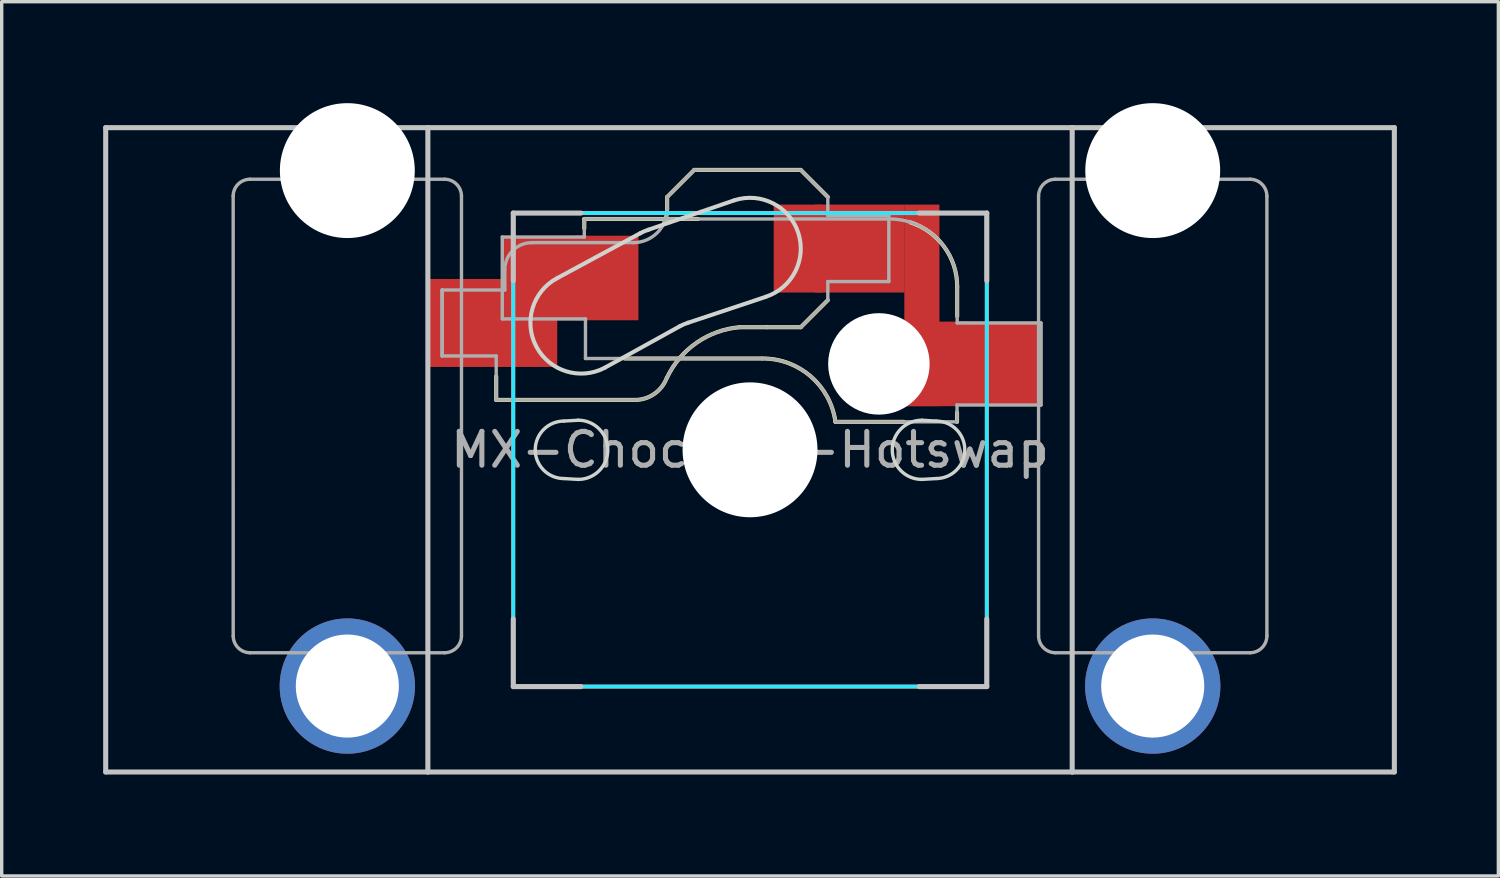
<source format=kicad_pcb>
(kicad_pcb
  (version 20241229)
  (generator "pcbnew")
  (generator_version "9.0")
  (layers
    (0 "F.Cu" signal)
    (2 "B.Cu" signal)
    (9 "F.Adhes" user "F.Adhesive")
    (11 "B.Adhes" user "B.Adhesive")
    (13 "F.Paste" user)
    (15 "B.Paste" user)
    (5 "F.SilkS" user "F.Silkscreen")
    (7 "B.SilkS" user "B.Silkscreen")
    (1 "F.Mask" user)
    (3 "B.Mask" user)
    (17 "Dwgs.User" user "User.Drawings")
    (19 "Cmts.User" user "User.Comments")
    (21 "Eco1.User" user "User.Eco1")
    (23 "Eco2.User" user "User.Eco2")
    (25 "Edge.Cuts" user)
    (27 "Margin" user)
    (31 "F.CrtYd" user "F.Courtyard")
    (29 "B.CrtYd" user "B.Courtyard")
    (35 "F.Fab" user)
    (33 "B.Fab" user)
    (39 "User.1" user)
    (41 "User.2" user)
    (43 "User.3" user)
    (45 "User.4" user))
  (footprint "MX-Choc-2U-Hotswap"
    (layer "F.Cu")
    (at 19.125 10.249)
    (property "Reference" "MX-Choc-2U-Hotswap" (at 0 0 0) (layer "F.Fab") (effects (font (size 1 1) (thickness 0.15))))
    (attr smd)
    (fp_line (start -7.504 -1.475) (end -7.504 -2.175) (stroke (width 0.12) (type solid)) (layer "F.SilkS"))
    (fp_line (start -7.504 -1.475) (end -3.4 -1.475) (stroke (width 0.12) (type solid)) (layer "F.SilkS"))
    (fp_line (start -4.9 -6.825) (end -4.9 -6.545) (stroke (width 0.12) (type solid)) (layer "F.SilkS"))
    (fp_line (start -3.7 -2.7) (end 0.35 -2.7) (stroke (width 0.12) (type solid)) (layer "F.SilkS"))
    (fp_line (start -2.45 -7.475) (end -2.45 -7.125) (stroke (width 0.12) (type solid)) (layer "F.SilkS"))
    (fp_line (start -2.45 -7.475) (end -1.65 -8.275) (stroke (width 0.12) (type solid)) (layer "F.SilkS"))
    (fp_line (start -1.535 -6.825) (end -4.9 -6.825) (stroke (width 0.12) (type solid)) (layer "F.SilkS"))
    (fp_line (start -0.3 -3.625) (end 0.5 -3.625) (stroke (width 0.12) (type solid)) (layer "F.SilkS"))
    (fp_line (start 1.5 -8.275) (end -1.65 -8.275) (stroke (width 0.12) (type solid)) (layer "F.SilkS"))
    (fp_line (start 1.5 -3.625) (end 0.5 -3.625) (stroke (width 0.12) (type solid)) (layer "F.SilkS"))
    (fp_line (start 1.5 -3.625) (end 2.3 -4.425) (stroke (width 0.12) (type solid)) (layer "F.SilkS"))
    (fp_line (start 2.3 -7.475) (end 1.5 -8.275) (stroke (width 0.12) (type solid)) (layer "F.SilkS"))
    (fp_line (start 2.525 -0.827) (end 4.55 -0.827) (stroke (width 0.12) (type default)) (layer "F.SilkS"))
    (fp_line (start 6.12 -1.1) (end 6.12 -0.825) (stroke (width 0.12) (type solid)) (layer "F.SilkS"))
    (fp_line (start 6.125 -3.95) (end 6.125 -4.825) (stroke (width 0.12) (type solid)) (layer "F.SilkS"))
    (fp_arc (start -2.460307 -2.13298) (mid -2.826423 -1.655848) (end -3.4 -1.475) (stroke (width 0.12) (type solid)) (layer "F.SilkS"))
    (fp_arc (start -2.455444 -2.13293) (mid -1.577271 -3.167234) (end -0.299999 -3.624999) (stroke (width 0.12) (type solid)) (layer "F.SilkS"))
    (fp_arc (start -2.45 -7.125) (mid -2.472937 -6.907712) (end -2.540733 -6.7) (stroke (width 0.12) (type solid)) (layer "F.SilkS"))
    (fp_arc (start 0.375001 -2.7) (mid 1.800989 -2.166216) (end 2.525 -0.826741) (stroke (width 0.12) (type solid)) (layer "F.SilkS"))
    (fp_arc (start 4.742536 -6.724559) (mid 5.74278 -5.999545) (end 6.125 -4.82478) (stroke (width 0.12) (type solid)) (layer "F.SilkS"))
    (fp_rect (start 7 -7) (end -7 7) (stroke (width 0.12) (type solid)) (fill no) (layer "B.SilkS"))
    (fp_line (start -19.05 -9.525) (end -9.525 -9.525) (stroke (width 0.15) (type solid)) (layer "Dwgs.User"))
    (fp_line (start -19.05 9.525) (end -19.05 -9.525) (stroke (width 0.15) (type solid)) (layer "Dwgs.User"))
    (fp_line (start -9.525 -9.525) (end -9.525 9.525) (stroke (width 0.15) (type solid)) (layer "Dwgs.User"))
    (fp_line (start -9.525 9.525) (end -19.05 9.525) (stroke (width 0.15) (type solid)) (layer "Dwgs.User"))
    (fp_line (start -9.525 9.525) (end 9.525 9.525) (stroke (width 0.15) (type solid)) (layer "Dwgs.User"))
    (fp_line (start -7 -7) (end -7 -5) (stroke (width 0.15) (type solid)) (layer "Dwgs.User"))
    (fp_line (start -7 7) (end -7 5) (stroke (width 0.15) (type solid)) (layer "Dwgs.User"))
    (fp_line (start -5 -7) (end -7 -7) (stroke (width 0.15) (type solid)) (layer "Dwgs.User"))
    (fp_line (start -5 7) (end -7 7) (stroke (width 0.15) (type solid)) (layer "Dwgs.User"))
    (fp_line (start 5 -7) (end 7 -7) (stroke (width 0.15) (type solid)) (layer "Dwgs.User"))
    (fp_line (start 7 -7) (end 7 -5) (stroke (width 0.15) (type solid)) (layer "Dwgs.User"))
    (fp_line (start 7 5) (end 7 7) (stroke (width 0.15) (type solid)) (layer "Dwgs.User"))
    (fp_line (start 7 7) (end 5 7) (stroke (width 0.15) (type solid)) (layer "Dwgs.User"))
    (fp_line (start 9.525 -9.525) (end -9.525 -9.525) (stroke (width 0.15) (type solid)) (layer "Dwgs.User"))
    (fp_line (start 9.525 -9.525) (end 19.05 -9.525) (stroke (width 0.15) (type solid)) (layer "Dwgs.User"))
    (fp_line (start 9.525 9.525) (end 9.525 -9.525) (stroke (width 0.15) (type solid)) (layer "Dwgs.User"))
    (fp_line (start 19.05 -9.525) (end 19.05 9.525) (stroke (width 0.15) (type solid)) (layer "Dwgs.User"))
    (fp_line (start 19.05 9.525) (end 9.525 9.525) (stroke (width 0.15) (type solid)) (layer "Dwgs.User"))
    (fp_line (start -5.5 -0.85) (end -5.08 -0.875) (stroke (width 0.1) (type default)) (layer "Edge.Cuts"))
    (fp_line (start -5.08 0.875) (end -5.5 0.85) (stroke (width 0.1) (type default)) (layer "Edge.Cuts"))
    (fp_line (start -3.244 -6.404) (end -5.704 -5.074) (stroke (width 0.12) (type default)) (layer "Edge.Cuts"))
    (fp_line (start -2.076 -3.653) (end -4.296 -2.426) (stroke (width 0.12) (type default)) (layer "Edge.Cuts"))
    (fp_line (start -0.464 -7.377) (end -3.004 -6.507) (stroke (width 0.12) (type default)) (layer "Edge.Cuts"))
    (fp_line (start 0.464 -4.523) (end -1.836 -3.756) (stroke (width 0.12) (type default)) (layer "Edge.Cuts"))
    (fp_line (start 5.08 -0.875) (end 5.5 -0.85) (stroke (width 0.1) (type default)) (layer "Edge.Cuts"))
    (fp_line (start 5.5 0.85) (end 5.08 0.875) (stroke (width 0.1) (type default)) (layer "Edge.Cuts"))
    (fp_arc (start -5.5 0.85) (mid -6.35 0) (end -5.5 -0.85) (stroke (width 0.1) (type default)) (layer "Edge.Cuts"))
    (fp_arc (start -5.08 -0.875) (mid -4.205 0) (end -5.08 0.875) (stroke (width 0.1) (type default)) (layer "Edge.Cuts"))
    (fp_arc (start -4.295792 -2.425579) (mid -6.324421 -3.045792) (end -5.704208 -5.074421) (stroke (width 0.12) (type default)) (layer "Edge.Cuts"))
    (fp_arc (start -3.244208 -6.404421) (mid -3.126096 -6.460754) (end -3.003526 -6.506585) (stroke (width 0.12) (type default)) (layer "Edge.Cuts"))
    (fp_arc (start -2.076474 -3.653414) (mid -1.958364 -3.709752) (end -1.835792 -3.755578) (stroke (width 0.12) (type default)) (layer "Edge.Cuts"))
    (fp_arc (start -0.463533 -7.37658) (mid 1.42658 -6.413533) (end 0.463533 -4.52342) (stroke (width 0.12) (type default)) (layer "Edge.Cuts"))
    (fp_arc (start 5.08 0.875) (mid 4.205 0) (end 5.08 -0.875) (stroke (width 0.1) (type default)) (layer "Edge.Cuts"))
    (fp_arc (start 5.5 -0.85) (mid 6.35 0) (end 5.5 0.85) (stroke (width 0.1) (type default)) (layer "Edge.Cuts"))
    (fp_rect (start 7 -7) (end -7 7) (stroke (width 0.1) (type solid)) (fill no) (layer "B.CrtYd"))
    (fp_line (start -15.28 5.5) (end -15.281 -7.5) (stroke (width 0.1) (type solid)) (layer "F.Fab"))
    (fp_line (start -9.104 -4.725) (end -9.104 -2.775) (stroke (width 0.1) (type solid)) (layer "F.Fab"))
    (fp_line (start -9.104 -4.725) (end -9.104 -2.775) (stroke (width 0.1) (type solid)) (layer "F.Fab"))
    (fp_line (start -9.104 -2.775) (end -7.504 -2.775) (stroke (width 0.1) (type solid)) (layer "F.Fab"))
    (fp_line (start -9.031 -8) (end -14.781 -8) (stroke (width 0.1) (type solid)) (layer "F.Fab"))
    (fp_line (start -9.031 6) (end -14.78 6) (stroke (width 0.1) (type solid)) (layer "F.Fab"))
    (fp_line (start -8.531 5.5) (end -8.531 -7.5) (stroke (width 0.1) (type solid)) (layer "F.Fab"))
    (fp_line (start -7.504 -2.175) (end -7.504 -2.775) (stroke (width 0.1) (type solid)) (layer "F.Fab"))
    (fp_line (start -7.504 -1.475) (end -7.504 -2.175) (stroke (width 0.1) (type solid)) (layer "F.Fab"))
    (fp_line (start -7.504 -1.475) (end -3.4 -1.475) (stroke (width 0.1) (type solid)) (layer "F.Fab"))
    (fp_line (start -7.325 -6.29) (end -4.9 -6.29) (stroke (width 0.1) (type solid)) (layer "F.Fab"))
    (fp_line (start -7.325 -3.87) (end -7.325 -6.29) (stroke (width 0.1) (type solid)) (layer "F.Fab"))
    (fp_line (start -7.25 -5.325) (end -7.25 -4.725) (stroke (width 0.1) (type solid)) (layer "F.Fab"))
    (fp_line (start -7.25 -4.725) (end -9.104 -4.725) (stroke (width 0.1) (type solid)) (layer "F.Fab"))
    (fp_line (start -4.9 -6.825) (end -4.9 -6.29) (stroke (width 0.1) (type solid)) (layer "F.Fab"))
    (fp_line (start -4.865 -3.87) (end -7.325 -3.87) (stroke (width 0.1) (type solid)) (layer "F.Fab"))
    (fp_line (start -4.865 -3.87) (end -4.865 -2.7) (stroke (width 0.1) (type solid)) (layer "F.Fab"))
    (fp_line (start -4.865 -2.7) (end 0.35 -2.7) (stroke (width 0.1) (type solid)) (layer "F.Fab"))
    (fp_line (start -3.45 -6.125) (end -6.45 -6.125) (stroke (width 0.1) (type solid)) (layer "F.Fab"))
    (fp_line (start -2.45 -7.475) (end -2.45 -7.125) (stroke (width 0.1) (type solid)) (layer "F.Fab"))
    (fp_line (start -2.45 -7.475) (end -1.65 -8.275) (stroke (width 0.1) (type solid)) (layer "F.Fab"))
    (fp_line (start 1.5 -8.275) (end -1.65 -8.275) (stroke (width 0.1) (type solid)) (layer "F.Fab"))
    (fp_line (start 1.5 -3.625) (end -0.3 -3.625) (stroke (width 0.1) (type solid)) (layer "F.Fab"))
    (fp_line (start 1.5 -3.625) (end 2.3 -4.425) (stroke (width 0.1) (type solid)) (layer "F.Fab"))
    (fp_line (start 2.3 -7.475) (end 1.5 -8.275) (stroke (width 0.1) (type solid)) (layer "F.Fab"))
    (fp_line (start 2.3 -7.475) (end 2.3 -6.925) (stroke (width 0.1) (type solid)) (layer "F.Fab"))
    (fp_line (start 2.3 -4.975) (end 2.3 -4.425) (stroke (width 0.1) (type solid)) (layer "F.Fab"))
    (fp_line (start 4.085 -6.825) (end -4.9 -6.825) (stroke (width 0.1) (type solid)) (layer "F.Fab"))
    (fp_line (start 4.104 -6.925) (end 2.3 -6.925) (stroke (width 0.1) (type solid)) (layer "F.Fab"))
    (fp_line (start 4.104 -4.975) (end 2.3 -4.975) (stroke (width 0.1) (type solid)) (layer "F.Fab"))
    (fp_line (start 4.104 -4.975) (end 4.104 -6.925) (stroke (width 0.1) (type solid)) (layer "F.Fab"))
    (fp_line (start 6.12 -1.325) (end 6.12 -0.827) (stroke (width 0.1) (type solid)) (layer "F.Fab"))
    (fp_line (start 6.12 -0.827) (end 2.525 -0.827) (stroke (width 0.1) (type solid)) (layer "F.Fab"))
    (fp_line (start 6.125 -3.75) (end 6.125 -4.825) (stroke (width 0.1) (type solid)) (layer "F.Fab"))
    (fp_line (start 6.125 -3.75) (end 8.6 -3.75) (stroke (width 0.1) (type solid)) (layer "F.Fab"))
    (fp_line (start 8.531 5.5) (end 8.531 -7.5) (stroke (width 0.1) (type solid)) (layer "F.Fab"))
    (fp_line (start 8.6 -3.75) (end 8.6 -1.325) (stroke (width 0.1) (type solid)) (layer "F.Fab"))
    (fp_line (start 8.6 -3.75) (end 8.6 -1.325) (stroke (width 0.1) (type solid)) (layer "F.Fab"))
    (fp_line (start 8.6 -1.325) (end 6.12 -1.325) (stroke (width 0.1) (type solid)) (layer "F.Fab"))
    (fp_line (start 14.781 -8) (end 9.031 -8) (stroke (width 0.1) (type solid)) (layer "F.Fab"))
    (fp_line (start 14.781 6) (end 9.031 6) (stroke (width 0.1) (type solid)) (layer "F.Fab"))
    (fp_line (start 15.281 5.5) (end 15.281 -7.5) (stroke (width 0.1) (type solid)) (layer "F.Fab"))
    (fp_arc (start -15.28125 -7.500001) (mid -15.134806 -7.853571) (end -14.78125 -8.000001) (stroke (width 0.1) (type solid)) (layer "F.Fab"))
    (fp_arc (start -14.780039 5.999999) (mid -15.133567 5.853539) (end -15.280039 5.499999) (stroke (width 0.1) (type solid)) (layer "F.Fab"))
    (fp_arc (start -9.03125 -8.000001) (mid -8.677729 -7.853537) (end -8.53125 -7.500001) (stroke (width 0.1) (type solid)) (layer "F.Fab"))
    (fp_arc (start -8.53125 5.499999) (mid -8.677693 5.853571) (end -9.03125 5.999999) (stroke (width 0.1) (type solid)) (layer "F.Fab"))
    (fp_arc (start -7.25 -5.325) (mid -7.015685 -5.890685) (end -6.45 -6.125) (stroke (width 0.1) (type solid)) (layer "F.Fab"))
    (fp_arc (start -2.460307 -2.13298) (mid -2.826423 -1.655848) (end -3.4 -1.475) (stroke (width 0.1) (type solid)) (layer "F.Fab"))
    (fp_arc (start -2.455444 -2.13293) (mid -1.577271 -3.167234) (end -0.299999 -3.624999) (stroke (width 0.1) (type solid)) (layer "F.Fab"))
    (fp_arc (start -2.45 -7.125) (mid -2.742893 -6.417893) (end -3.45 -6.125) (stroke (width 0.1) (type solid)) (layer "F.Fab"))
    (fp_arc (start 0.375001 -2.7) (mid 1.800989 -2.166216) (end 2.525 -0.826741) (stroke (width 0.1) (type solid)) (layer "F.Fab"))
    (fp_arc (start 4.125 -6.82478) (mid 5.539206 -6.238992) (end 6.125 -4.82478) (stroke (width 0.1) (type solid)) (layer "F.Fab"))
    (fp_arc (start 8.53125 -7.500001) (mid 8.677697 -7.853554) (end 9.03125 -8.000001) (stroke (width 0.1) (type solid)) (layer "F.Fab"))
    (fp_arc (start 9.03125 5.999999) (mid 8.677697 5.853552) (end 8.53125 5.499999) (stroke (width 0.1) (type solid)) (layer "F.Fab"))
    (fp_arc (start 14.78125 -8.000001) (mid 15.134803 -7.853554) (end 15.28125 -7.500001) (stroke (width 0.1) (type solid)) (layer "F.Fab"))
    (fp_arc (start 15.28125 5.499999) (mid 15.134803 5.853552) (end 14.78125 5.999999) (stroke (width 0.1) (type solid)) (layer "F.Fab"))
    (pad "" np_thru_hole circle (at -11.906 -8.255 180) (size 3.988 3.988) (drill 3.988) (layers "*.Cu" "*.Mask"))
    (pad "" thru_hole circle (at -11.906 6.985 180) (size 4 4) (drill 3.048) (layers "*.Cu" "*.Mask"))
    (pad "" np_thru_hole circle (at 0 0 180) (size 3.988 3.988) (drill 3.988) (layers "*.Cu" "*.Mask"))
    (pad "" np_thru_hole circle (at 3.81 -2.54) (size 3 3) (drill 3) (layers "*.Cu" "*.Mask"))
    (pad "" np_thru_hole circle (at 11.906 -8.255 180) (size 3.988 3.988) (drill 3.988) (layers "*.Cu" "*.Mask"))
    (pad "" thru_hole circle (at 11.906 6.985 180) (size 4 4) (drill 3.048) (layers "*.Cu" "*.Mask"))
    (pad "1" smd rect (at 1.425 -5.95) (size 1.45 2.6) (layers "F.Cu"))
    (pad "1" smd rect (at 3.245 -5.95 180) (size 2.65 2.6) (layers "F.Cu" "F.Mask" "F.Paste"))
    (pad "1" smd rect (at 5.081 -4.27) (size 1.038 5.96) (layers "F.Cu"))
    (pad "1" smd rect (at 5.53 -2.54 180) (size 1.86 2.5) (layers "F.Cu"))
    (pad "1" smd rect (at 7.36 -2.54) (size 2.55 2.5) (layers "F.Cu" "F.Mask" "F.Paste"))
    (pad "2" smd rect (at -8.245 -3.75 180) (size 2.65 2.6) (layers "F.Cu" "F.Mask" "F.Paste"))
    (pad "2" smd rect (at -6.425 -3.75 180) (size 1.45 2.6) (layers "F.Cu"))
    (pad "2" smd rect (at -6.09 -5.08) (size 2.55 2.5) (layers "F.Cu" "F.Mask" "F.Paste"))
    (pad "2" smd rect (at -4.232 -5.08) (size 1.865 2.5) (layers "F.Cu")))
  (gr_rect
    (start -3 -3)
    (end 41.25 22.849)
    (stroke (width 0.1) (type default))
    (fill no)
    (layer "Edge.Cuts")))
</source>
